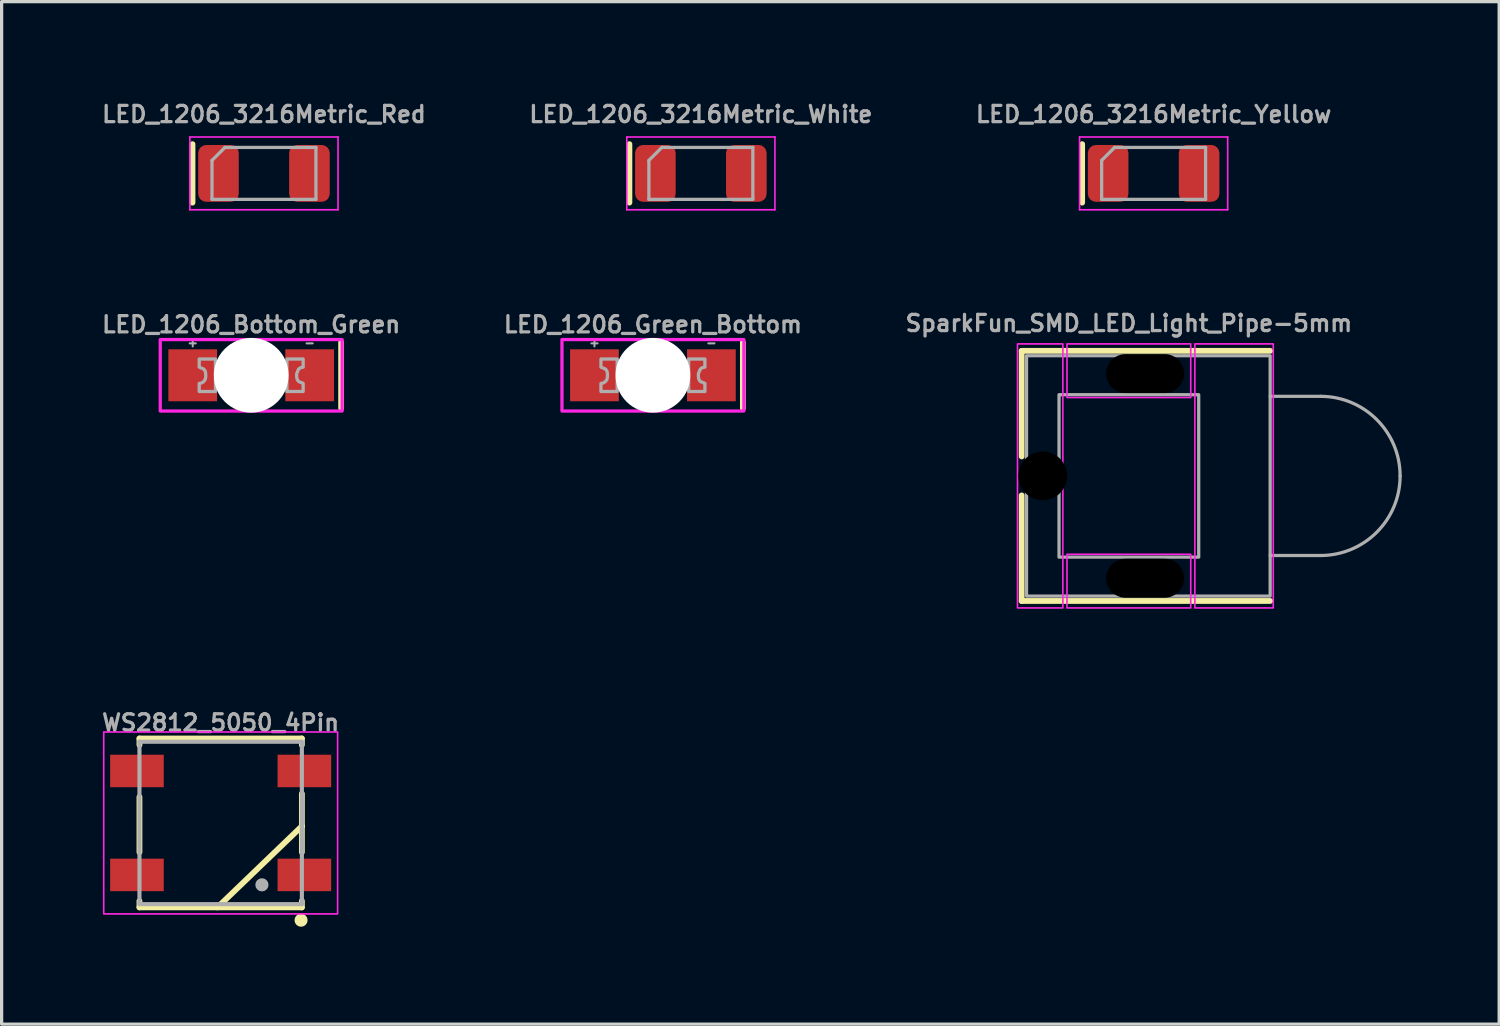
<source format=kicad_pcb>
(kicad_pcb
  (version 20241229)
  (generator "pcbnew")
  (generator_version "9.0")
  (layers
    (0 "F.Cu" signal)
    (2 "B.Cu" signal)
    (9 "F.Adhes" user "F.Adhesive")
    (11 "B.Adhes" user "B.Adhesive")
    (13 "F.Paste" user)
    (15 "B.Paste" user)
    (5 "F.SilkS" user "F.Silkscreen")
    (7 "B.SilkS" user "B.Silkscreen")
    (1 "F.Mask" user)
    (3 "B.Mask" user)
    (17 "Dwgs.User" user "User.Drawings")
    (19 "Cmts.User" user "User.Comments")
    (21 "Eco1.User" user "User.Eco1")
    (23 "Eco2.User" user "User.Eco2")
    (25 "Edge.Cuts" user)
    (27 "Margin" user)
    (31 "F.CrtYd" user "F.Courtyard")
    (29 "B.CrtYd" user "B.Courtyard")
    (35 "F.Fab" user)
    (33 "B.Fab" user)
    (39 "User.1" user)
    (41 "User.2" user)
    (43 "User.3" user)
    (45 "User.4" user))
  (footprint "LED_1206_3216Metric_Red"
    (layer "F.Cu")
    (at 5.076 2.288)
    (property "Reference" "LED_1206_3216Metric_Red" (at 0 -1.82 0) (layer "F.Fab") (effects (font (size 0.5 0.5) (thickness 0.1))))
    (attr smd)
    (fp_line (start -2.2 -0.9) (end -2.2 0.9) (stroke (width 0.178) (type solid)) (layer "F.SilkS"))
    (fp_line (start -2.28 -1.12) (end 2.28 -1.12) (stroke (width 0.05) (type solid)) (layer "F.CrtYd"))
    (fp_line (start -2.28 1.12) (end -2.28 -1.12) (stroke (width 0.05) (type solid)) (layer "F.CrtYd"))
    (fp_line (start 2.28 -1.12) (end 2.28 1.12) (stroke (width 0.05) (type solid)) (layer "F.CrtYd"))
    (fp_line (start 2.28 1.12) (end -2.28 1.12) (stroke (width 0.05) (type solid)) (layer "F.CrtYd"))
    (fp_line (start -1.6 -0.4) (end -1.6 0.8) (stroke (width 0.1) (type solid)) (layer "F.Fab"))
    (fp_line (start -1.6 0.8) (end 1.6 0.8) (stroke (width 0.1) (type solid)) (layer "F.Fab"))
    (fp_line (start -1.2 -0.8) (end -1.6 -0.4) (stroke (width 0.1) (type solid)) (layer "F.Fab"))
    (fp_line (start 1.6 -0.8) (end -1.2 -0.8) (stroke (width 0.1) (type solid)) (layer "F.Fab"))
    (fp_line (start 1.6 0.8) (end 1.6 -0.8) (stroke (width 0.1) (type solid)) (layer "F.Fab"))
    (pad "1" smd roundrect (at -1.4 0) (size 1.25 1.75) (layers "F.Cu" "F.Mask" "F.Paste") (roundrect_rratio 0.2))
    (pad "2" smd roundrect (at 1.4 0) (size 1.25 1.75) (layers "F.Cu" "F.Mask" "F.Paste") (roundrect_rratio 0.2)))
  (footprint "SparkFun_SMD_LED_Light_Pipe-5mm"
    (layer "F.Cu")
    (at 31.702 11.601)
    (property "Reference" "SparkFun_SMD_LED_Light_Pipe-5mm" (at 0 -4.7 0) (unlocked yes) (layer "F.Fab") (effects (font (size 0.5 0.5) (thickness 0.1))))
    (attr through_hole)
    (fp_line (start -3.3 -3.85) (end -3.3 -0.6) (stroke (width 0.178) (type default)) (layer "F.SilkS"))
    (fp_line (start -3.3 3.85) (end -3.3 0.6) (stroke (width 0.178) (type default)) (layer "F.SilkS"))
    (fp_line (start 4.35 -3.85) (end -3.3 -3.85) (stroke (width 0.178) (type default)) (layer "F.SilkS"))
    (fp_line (start 4.35 3.85) (end -3.3 3.85) (stroke (width 0.178) (type default)) (layer "F.SilkS"))
    (fp_rect (start -3.429 -4.064) (end -2.032 4.064) (stroke (width 0.05) (type default)) (fill no) (layer "F.CrtYd"))
    (fp_rect (start -1.905 -4.064) (end 1.905 -2.413) (stroke (width 0.05) (type default)) (fill no) (layer "F.CrtYd"))
    (fp_rect (start -1.905 2.413) (end 1.905 4.064) (stroke (width 0.05) (type default)) (fill no) (layer "F.CrtYd"))
    (fp_rect (start 2.032 -4.064) (end 4.445 4.064) (stroke (width 0.05) (type default)) (fill no) (layer "F.CrtYd"))
    (fp_line (start 5.9 -2.45) (end 4.35 -2.45) (stroke (width 0.1) (type default)) (layer "F.Fab"))
    (fp_line (start 5.9 2.45) (end 4.35 2.45) (stroke (width 0.1) (type default)) (layer "F.Fab"))
    (fp_arc (start 5.9 -2.450001) (mid 7.632412 -1.732412) (end 8.350001 0) (stroke (width 0.1) (type default)) (layer "F.Fab"))
    (fp_arc (start 8.350001 0) (mid 7.632412 1.732412) (end 5.9 2.450001) (stroke (width 0.1) (type default)) (layer "F.Fab"))
    (fp_poly (pts (xy -3.15 -3.7) (xy 4.35 -3.7) (xy 4.35 3.7) (xy -3.15 3.7)) (stroke (width 0.1) (type default)) (fill no) (layer "F.Fab"))
    (fp_poly (pts (xy -2.15 -2.5) (xy 2.15 -2.5) (xy 2.15 2.5) (xy -2.15 2.5)) (stroke (width 0.1) (type default)) (fill no) (layer "F.Fab"))
    (pad "" np_thru_hole circle (at -2.65 0) (size 1.5 1.5) (drill 1.5) (layers "*.Mask"))
    (pad "" np_thru_hole oval (at 0.5 -3.15) (size 2.4 1.2) (drill oval 2.4 1.2) (layers "*.Mask"))
    (pad "" np_thru_hole oval (at 0.5 3.15) (size 2.4 1.2) (drill oval 2.4 1.2) (layers "*.Mask")))
  (footprint "LED_1206_Bottom_Green"
    (layer "F.Cu")
    (at 4.683 8.503)
    (property "Reference" "LED_1206_Bottom_Green" (at 0 -1.27 0) (unlocked yes) (layer "F.Fab") (effects (font (size 0.5 0.5) (thickness 0.1)) (justify bottom)))
    (fp_line (start 2.769 -1.016) (end 2.769 1.016) (stroke (width 0.178) (type solid)) (layer "F.SilkS"))
    (fp_rect (start -2.8 -1.1) (end 2.8 1.1) (stroke (width 0.1) (type default)) (fill no) (layer "F.CrtYd"))
    (fp_poly (pts (xy 1.6 -0.25) (xy 1.6 -0.25) (xy 1.523 -0.235) (xy 1.459 -0.191) (xy 1.4 -0.05) (xy 1.4 0.05) (xy 1.415 0.127) (xy 1.459 0.191) (xy 1.6 0.25) (xy 1.6 0.5) (xy 1.1 0.5) (xy 1.1 -0.5) (xy 1.6 -0.5)) (stroke (width 0.1) (type default)) (fill no) (layer "F.Fab"))
    (fp_poly (pts (xy -1.1 0.5) (xy -1.6 0.5) (xy -1.6 0.25) (xy -1.6 0.25) (xy -1.523 0.235) (xy -1.459 0.191) (xy -1.415 0.127) (xy -1.4 0.05) (xy -1.4 -0.05) (xy -1.415 -0.127) (xy -1.459 -0.191) (xy -1.6 -0.25) (xy -1.6 -0.5) (xy -1.1 -0.5)) (stroke (width 0.1) (type default)) (fill no) (layer "F.Fab"))
    (fp_text user "+" (at -1.8 -1 0) (unlocked yes) (layer "F.Fab") (effects (font (size 0.25 0.25) (thickness 0.062))))
    (fp_text user "-" (at 1.8 -1 0) (unlocked yes) (layer "F.Fab") (effects (font (size 0.25 0.25) (thickness 0.062))))
    (pad "" np_thru_hole circle (at 0 0) (size 2.3 2.3) (drill 2.3) (layers "*.Cu" "*.Mask"))
    (pad "1" smd rect (at 1.8 0) (size 1.5 1.6) (layers "F.Cu" "F.Mask" "F.Paste"))
    (pad "2" smd rect (at -1.8 0) (size 1.5 1.6) (layers "F.Cu" "F.Mask" "F.Paste")))
  (footprint "LED_1206_Green_Bottom"
    (layer "F.Cu")
    (at 17.05 8.503)
    (property "Reference" "LED_1206_Green_Bottom" (at 0 -1.27 0) (unlocked yes) (layer "F.Fab") (effects (font (size 0.5 0.5) (thickness 0.1)) (justify bottom)))
    (fp_line (start 2.769 -1.016) (end 2.769 1.016) (stroke (width 0.178) (type solid)) (layer "F.SilkS"))
    (fp_rect (start -2.8 -1.1) (end 2.8 1.1) (stroke (width 0.1) (type default)) (fill no) (layer "F.CrtYd"))
    (fp_poly (pts (xy 1.6 -0.25) (xy 1.6 -0.25) (xy 1.523 -0.235) (xy 1.459 -0.191) (xy 1.4 -0.05) (xy 1.4 0.05) (xy 1.415 0.127) (xy 1.459 0.191) (xy 1.6 0.25) (xy 1.6 0.5) (xy 1.1 0.5) (xy 1.1 -0.5) (xy 1.6 -0.5)) (stroke (width 0.1) (type default)) (fill no) (layer "F.Fab"))
    (fp_poly (pts (xy -1.1 0.5) (xy -1.6 0.5) (xy -1.6 0.25) (xy -1.6 0.25) (xy -1.523 0.235) (xy -1.459 0.191) (xy -1.415 0.127) (xy -1.4 0.05) (xy -1.4 -0.05) (xy -1.415 -0.127) (xy -1.459 -0.191) (xy -1.6 -0.25) (xy -1.6 -0.5) (xy -1.1 -0.5)) (stroke (width 0.1) (type default)) (fill no) (layer "F.Fab"))
    (fp_text user "+" (at -1.8 -1 0) (unlocked yes) (layer "F.Fab") (effects (font (size 0.25 0.25) (thickness 0.062))))
    (fp_text user "-" (at 1.8 -1 0) (unlocked yes) (layer "F.Fab") (effects (font (size 0.25 0.25) (thickness 0.062))))
    (pad "" np_thru_hole circle (at 0 0) (size 2.3 2.3) (drill 2.3) (layers "*.Cu" "*.Mask"))
    (pad "1" smd rect (at 1.8 0) (size 1.5 1.6) (layers "F.Cu" "F.Mask" "F.Paste"))
    (pad "2" smd rect (at -1.8 0) (size 1.5 1.6) (layers "F.Cu" "F.Mask" "F.Paste")))
  (footprint "WS2812_5050_4Pin"
    (layer "F.Cu")
    (at 3.743 22.284)
    (property "Reference" "WS2812_5050_4Pin" (at 0 -2.794 0) (layer "F.Fab") (effects (font (size 0.5 0.5) (thickness 0.1) (bold yes)) (justify bottom)))
    (attr smd)
    (fp_line (start -2.5 -2.6) (end 2.5 -2.6) (stroke (width 0.178) (type solid)) (layer "F.SilkS"))
    (fp_line (start -2.5 -2.4) (end -2.5 -2.6) (stroke (width 0.178) (type solid)) (layer "F.SilkS"))
    (fp_line (start -2.5 0.9) (end -2.5 -0.8) (stroke (width 0.178) (type solid)) (layer "F.SilkS"))
    (fp_line (start -2.5 2.4) (end -2.5 2.6) (stroke (width 0.178) (type solid)) (layer "F.SilkS"))
    (fp_line (start -2.5 2.6) (end 2.5 2.6) (stroke (width 0.178) (type solid)) (layer "F.SilkS"))
    (fp_line (start 2.5 -2.6) (end 2.5 -2.4) (stroke (width 0.178) (type solid)) (layer "F.SilkS"))
    (fp_line (start 2.5 -0.9) (end 2.5 0.1) (stroke (width 0.178) (type solid)) (layer "F.SilkS"))
    (fp_line (start 2.5 0.1) (end -0.1 2.6) (stroke (width 0.178) (type solid)) (layer "F.SilkS"))
    (fp_line (start 2.5 0.1) (end 2.5 0.9) (stroke (width 0.178) (type solid)) (layer "F.SilkS"))
    (fp_line (start 2.5 2.6) (end 2.5 2.4) (stroke (width 0.178) (type solid)) (layer "F.SilkS"))
    (fp_circle (center 2.475 2.994) (end 2.475 3.094) (stroke (width 0.2) (type solid)) (fill yes) (layer "F.SilkS"))
    (fp_rect (start 3.6 -2.8) (end -3.6 2.8) (stroke (width 0.05) (type default)) (fill no) (layer "F.CrtYd"))
    (fp_line (start -2.5 -2.5) (end -2.5 2.5) (stroke (width 0.127) (type solid)) (layer "F.Fab"))
    (fp_line (start -2.5 2.5) (end 2.5 2.5) (stroke (width 0.127) (type solid)) (layer "F.Fab"))
    (fp_line (start 2.5 -2.5) (end -2.5 -2.5) (stroke (width 0.127) (type solid)) (layer "F.Fab"))
    (fp_line (start 2.5 2.5) (end 2.5 -2.5) (stroke (width 0.127) (type solid)) (layer "F.Fab"))
    (fp_circle (center 1.27 1.905) (end 1.372 1.905) (stroke (width 0.203) (type solid)) (fill no) (layer "F.Fab"))
    (pad "1" smd rect (at -2.577 -1.6) (size 1.651 1) (layers "F.Cu" "F.Mask" "F.Paste"))
    (pad "2" smd rect (at -2.577 1.6) (size 1.651 1) (layers "F.Cu" "F.Mask" "F.Paste"))
    (pad "3" smd rect (at 2.577 1.6) (size 1.651 1) (layers "F.Cu" "F.Mask" "F.Paste"))
    (pad "4" smd rect (at 2.577 -1.6) (size 1.651 1) (layers "F.Cu" "F.Mask" "F.Paste")))
  (footprint "LED_1206_3216Metric_Yellow"
    (layer "F.Cu")
    (at 32.464 2.288)
    (property "Reference" "LED_1206_3216Metric_Yellow" (at 0 -1.82 0) (layer "F.Fab") (effects (font (size 0.5 0.5) (thickness 0.1))))
    (attr smd)
    (fp_line (start -2.2 -0.9) (end -2.2 0.9) (stroke (width 0.178) (type solid)) (layer "F.SilkS"))
    (fp_line (start -2.28 -1.12) (end 2.28 -1.12) (stroke (width 0.05) (type solid)) (layer "F.CrtYd"))
    (fp_line (start -2.28 1.12) (end -2.28 -1.12) (stroke (width 0.05) (type solid)) (layer "F.CrtYd"))
    (fp_line (start 2.28 -1.12) (end 2.28 1.12) (stroke (width 0.05) (type solid)) (layer "F.CrtYd"))
    (fp_line (start 2.28 1.12) (end -2.28 1.12) (stroke (width 0.05) (type solid)) (layer "F.CrtYd"))
    (fp_line (start -1.6 -0.4) (end -1.6 0.8) (stroke (width 0.1) (type solid)) (layer "F.Fab"))
    (fp_line (start -1.6 0.8) (end 1.6 0.8) (stroke (width 0.1) (type solid)) (layer "F.Fab"))
    (fp_line (start -1.2 -0.8) (end -1.6 -0.4) (stroke (width 0.1) (type solid)) (layer "F.Fab"))
    (fp_line (start 1.6 -0.8) (end -1.2 -0.8) (stroke (width 0.1) (type solid)) (layer "F.Fab"))
    (fp_line (start 1.6 0.8) (end 1.6 -0.8) (stroke (width 0.1) (type solid)) (layer "F.Fab"))
    (pad "1" smd roundrect (at -1.4 0) (size 1.25 1.75) (layers "F.Cu" "F.Mask" "F.Paste") (roundrect_rratio 0.2))
    (pad "2" smd roundrect (at 1.4 0) (size 1.25 1.75) (layers "F.Cu" "F.Mask" "F.Paste") (roundrect_rratio 0.2)))
  (footprint "LED_1206_3216Metric_White"
    (layer "F.Cu")
    (at 18.526 2.288)
    (property "Reference" "LED_1206_3216Metric_White" (at 0 -1.82 0) (layer "F.Fab") (effects (font (size 0.5 0.5) (thickness 0.1))))
    (attr smd)
    (fp_line (start -2.2 -0.9) (end -2.2 0.9) (stroke (width 0.178) (type solid)) (layer "F.SilkS"))
    (fp_line (start -2.28 -1.12) (end 2.28 -1.12) (stroke (width 0.05) (type solid)) (layer "F.CrtYd"))
    (fp_line (start -2.28 1.12) (end -2.28 -1.12) (stroke (width 0.05) (type solid)) (layer "F.CrtYd"))
    (fp_line (start 2.28 -1.12) (end 2.28 1.12) (stroke (width 0.05) (type solid)) (layer "F.CrtYd"))
    (fp_line (start 2.28 1.12) (end -2.28 1.12) (stroke (width 0.05) (type solid)) (layer "F.CrtYd"))
    (fp_line (start -1.6 -0.4) (end -1.6 0.8) (stroke (width 0.1) (type solid)) (layer "F.Fab"))
    (fp_line (start -1.6 0.8) (end 1.6 0.8) (stroke (width 0.1) (type solid)) (layer "F.Fab"))
    (fp_line (start -1.2 -0.8) (end -1.6 -0.4) (stroke (width 0.1) (type solid)) (layer "F.Fab"))
    (fp_line (start 1.6 -0.8) (end -1.2 -0.8) (stroke (width 0.1) (type solid)) (layer "F.Fab"))
    (fp_line (start 1.6 0.8) (end 1.6 -0.8) (stroke (width 0.1) (type solid)) (layer "F.Fab"))
    (pad "1" smd roundrect (at -1.4 0) (size 1.25 1.75) (layers "F.Cu" "F.Mask" "F.Paste") (roundrect_rratio 0.2))
    (pad "2" smd roundrect (at 1.4 0) (size 1.25 1.75) (layers "F.Cu" "F.Mask" "F.Paste") (roundrect_rratio 0.2)))
  (gr_rect
    (start -3 -3)
    (end 43.102 28.478)
    (stroke (width 0.1) (type default))
    (fill no)
    (layer "Edge.Cuts")))
</source>
